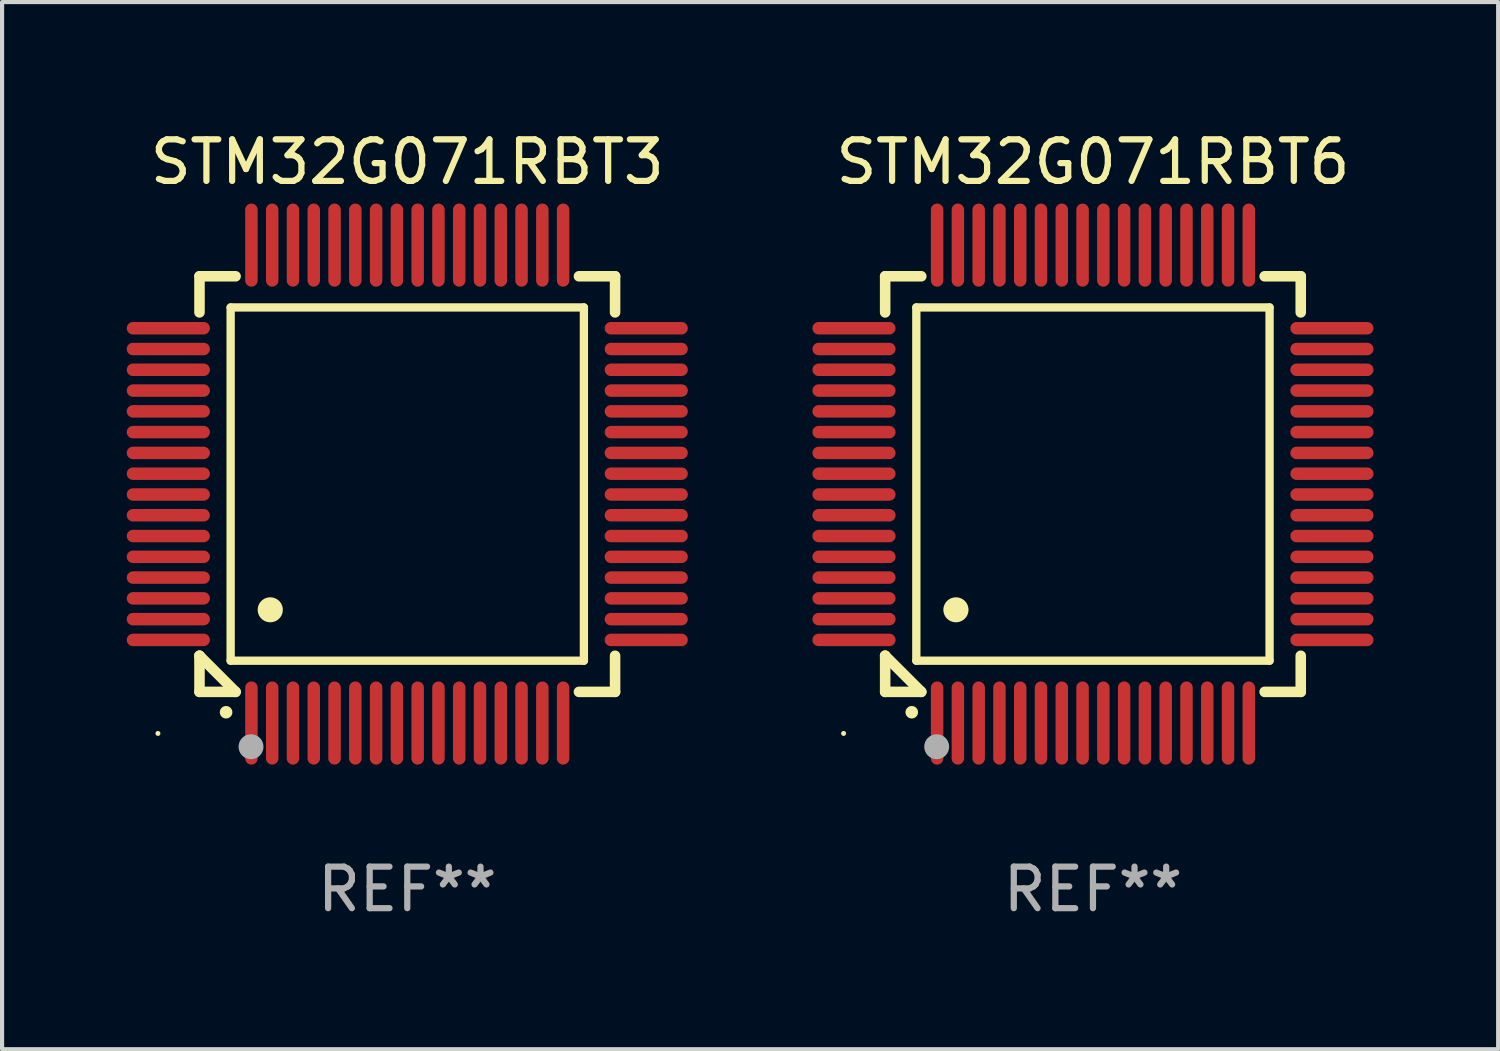
<source format=kicad_pcb>
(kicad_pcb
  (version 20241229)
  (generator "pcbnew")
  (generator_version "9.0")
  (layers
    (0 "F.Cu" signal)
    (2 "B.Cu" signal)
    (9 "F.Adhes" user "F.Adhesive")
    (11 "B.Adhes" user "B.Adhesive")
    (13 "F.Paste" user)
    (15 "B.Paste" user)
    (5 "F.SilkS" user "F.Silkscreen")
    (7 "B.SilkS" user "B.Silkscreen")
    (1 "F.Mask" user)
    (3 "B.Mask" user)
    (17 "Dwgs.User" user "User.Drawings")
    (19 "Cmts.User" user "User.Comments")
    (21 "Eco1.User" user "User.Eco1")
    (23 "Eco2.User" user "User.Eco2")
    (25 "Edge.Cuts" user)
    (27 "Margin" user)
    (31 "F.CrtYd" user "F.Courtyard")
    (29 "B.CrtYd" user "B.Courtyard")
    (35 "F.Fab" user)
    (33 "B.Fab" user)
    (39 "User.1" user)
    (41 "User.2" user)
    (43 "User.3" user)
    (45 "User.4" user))
  (footprint "STM32G071RBT3"
    (layer "F.Cu")
    (at 6.75 8.598)
    (property "Reference" "STM32G071RBT3" (at 0 -7.75 0) (layer "F.SilkS") (effects (font (size 1 1) (thickness 0.15))))
    (attr through_hole)
    (fp_line (start -5 -5) (end -4.131 -5) (stroke (width 0.254) (type solid)) (layer "F.SilkS"))
    (fp_line (start -5 -4.131) (end -5 -5) (stroke (width 0.254) (type solid)) (layer "F.SilkS"))
    (fp_line (start -5 4.131) (end -5 4.131) (stroke (width 0.254) (type solid)) (layer "F.SilkS"))
    (fp_line (start -5 5) (end -5 4.131) (stroke (width 0.254) (type solid)) (layer "F.SilkS"))
    (fp_line (start -5 4.131) (end -4.131 5) (stroke (width 0.254) (type solid)) (layer "F.SilkS"))
    (fp_line (start -4.25 -4.25) (end -4.25 4.25) (stroke (width 0.2) (type solid)) (layer "F.SilkS"))
    (fp_line (start -4.25 4.25) (end 4.25 4.25) (stroke (width 0.2) (type solid)) (layer "F.SilkS"))
    (fp_line (start -4.131 5) (end -5 5) (stroke (width 0.254) (type solid)) (layer "F.SilkS"))
    (fp_line (start 4.25 -4.25) (end -4.25 -4.25) (stroke (width 0.2) (type solid)) (layer "F.SilkS"))
    (fp_line (start 4.25 4.25) (end 4.25 -4.25) (stroke (width 0.2) (type solid)) (layer "F.SilkS"))
    (fp_line (start 5 -5) (end 4.131 -5) (stroke (width 0.254) (type solid)) (layer "F.SilkS"))
    (fp_line (start 5 -5) (end 5 -4.131) (stroke (width 0.254) (type solid)) (layer "F.SilkS"))
    (fp_line (start 5 4.131) (end 5 5) (stroke (width 0.254) (type solid)) (layer "F.SilkS"))
    (fp_line (start 5 5) (end 4.131 5) (stroke (width 0.254) (type solid)) (layer "F.SilkS"))
    (fp_arc (start -4.361265 5.489992) (mid -4.359995 5.489987) (end -4.358725 5.489992) (stroke (width 0.3) (type solid)) (layer "F.SilkS"))
    (fp_arc (start -3.299467 3.025146) (mid -3.296927 3.025135) (end -3.294387 3.025146) (stroke (width 0.6) (type solid)) (layer "F.SilkS"))
    (fp_circle (center -6 6) (end -5.97 6) (stroke (width 0.06) (type solid)) (fill no) (layer "F.SilkS"))
    (fp_circle (center -3.76 6.32) (end -3.61 6.32) (stroke (width 0.3) (type solid)) (fill no) (layer "F.Fab"))
    (fp_text user "REF**" (at 0 9.75 0) (layer "F.Fab") (effects (font (size 1 1) (thickness 0.15))))
    (pad "1" smd oval (at -3.75 5.75) (size 0.3 2) (layers "F.Cu" "F.Mask" "F.Paste"))
    (pad "2" smd oval (at -3.25 5.75) (size 0.3 2) (layers "F.Cu" "F.Mask" "F.Paste"))
    (pad "3" smd oval (at -2.75 5.75) (size 0.3 2) (layers "F.Cu" "F.Mask" "F.Paste"))
    (pad "4" smd oval (at -2.25 5.75) (size 0.3 2) (layers "F.Cu" "F.Mask" "F.Paste"))
    (pad "5" smd oval (at -1.75 5.75) (size 0.3 2) (layers "F.Cu" "F.Mask" "F.Paste"))
    (pad "6" smd oval (at -1.25 5.75) (size 0.3 2) (layers "F.Cu" "F.Mask" "F.Paste"))
    (pad "7" smd oval (at -0.75 5.75) (size 0.3 2) (layers "F.Cu" "F.Mask" "F.Paste"))
    (pad "8" smd oval (at -0.25 5.75) (size 0.3 2) (layers "F.Cu" "F.Mask" "F.Paste"))
    (pad "9" smd oval (at 0.25 5.75) (size 0.3 2) (layers "F.Cu" "F.Mask" "F.Paste"))
    (pad "10" smd oval (at 0.75 5.75) (size 0.3 2) (layers "F.Cu" "F.Mask" "F.Paste"))
    (pad "11" smd oval (at 1.25 5.75) (size 0.3 2) (layers "F.Cu" "F.Mask" "F.Paste"))
    (pad "12" smd oval (at 1.75 5.75) (size 0.3 2) (layers "F.Cu" "F.Mask" "F.Paste"))
    (pad "13" smd oval (at 2.25 5.75) (size 0.3 2) (layers "F.Cu" "F.Mask" "F.Paste"))
    (pad "14" smd oval (at 2.75 5.75) (size 0.3 2) (layers "F.Cu" "F.Mask" "F.Paste"))
    (pad "15" smd oval (at 3.25 5.75) (size 0.3 2) (layers "F.Cu" "F.Mask" "F.Paste"))
    (pad "16" smd oval (at 3.75 5.75) (size 0.3 2) (layers "F.Cu" "F.Mask" "F.Paste"))
    (pad "17" smd oval (at 5.75 3.75) (size 2 0.3) (layers "F.Cu" "F.Mask" "F.Paste"))
    (pad "18" smd oval (at 5.75 3.25) (size 2 0.3) (layers "F.Cu" "F.Mask" "F.Paste"))
    (pad "19" smd oval (at 5.75 2.75) (size 2 0.3) (layers "F.Cu" "F.Mask" "F.Paste"))
    (pad "20" smd oval (at 5.75 2.25) (size 2 0.3) (layers "F.Cu" "F.Mask" "F.Paste"))
    (pad "21" smd oval (at 5.75 1.75) (size 2 0.3) (layers "F.Cu" "F.Mask" "F.Paste"))
    (pad "22" smd oval (at 5.75 1.25) (size 2 0.3) (layers "F.Cu" "F.Mask" "F.Paste"))
    (pad "23" smd oval (at 5.75 0.75) (size 2 0.3) (layers "F.Cu" "F.Mask" "F.Paste"))
    (pad "24" smd oval (at 5.75 0.25) (size 2 0.3) (layers "F.Cu" "F.Mask" "F.Paste"))
    (pad "25" smd oval (at 5.75 -0.25) (size 2 0.3) (layers "F.Cu" "F.Mask" "F.Paste"))
    (pad "26" smd oval (at 5.75 -0.75) (size 2 0.3) (layers "F.Cu" "F.Mask" "F.Paste"))
    (pad "27" smd oval (at 5.75 -1.25) (size 2 0.3) (layers "F.Cu" "F.Mask" "F.Paste"))
    (pad "28" smd oval (at 5.75 -1.75) (size 2 0.3) (layers "F.Cu" "F.Mask" "F.Paste"))
    (pad "29" smd oval (at 5.75 -2.25) (size 2 0.3) (layers "F.Cu" "F.Mask" "F.Paste"))
    (pad "30" smd oval (at 5.75 -2.75) (size 2 0.3) (layers "F.Cu" "F.Mask" "F.Paste"))
    (pad "31" smd oval (at 5.75 -3.25) (size 2 0.3) (layers "F.Cu" "F.Mask" "F.Paste"))
    (pad "32" smd oval (at 5.75 -3.75) (size 2 0.3) (layers "F.Cu" "F.Mask" "F.Paste"))
    (pad "33" smd oval (at 3.75 -5.75) (size 0.3 2) (layers "F.Cu" "F.Mask" "F.Paste"))
    (pad "34" smd oval (at 3.25 -5.75) (size 0.3 2) (layers "F.Cu" "F.Mask" "F.Paste"))
    (pad "35" smd oval (at 2.75 -5.75) (size 0.3 2) (layers "F.Cu" "F.Mask" "F.Paste"))
    (pad "36" smd oval (at 2.25 -5.75) (size 0.3 2) (layers "F.Cu" "F.Mask" "F.Paste"))
    (pad "37" smd oval (at 1.75 -5.75) (size 0.3 2) (layers "F.Cu" "F.Mask" "F.Paste"))
    (pad "38" smd oval (at 1.25 -5.75) (size 0.3 2) (layers "F.Cu" "F.Mask" "F.Paste"))
    (pad "39" smd oval (at 0.75 -5.75) (size 0.3 2) (layers "F.Cu" "F.Mask" "F.Paste"))
    (pad "40" smd oval (at 0.25 -5.75) (size 0.3 2) (layers "F.Cu" "F.Mask" "F.Paste"))
    (pad "41" smd oval (at -0.25 -5.75) (size 0.3 2) (layers "F.Cu" "F.Mask" "F.Paste"))
    (pad "42" smd oval (at -0.75 -5.75) (size 0.3 2) (layers "F.Cu" "F.Mask" "F.Paste"))
    (pad "43" smd oval (at -1.25 -5.75) (size 0.3 2) (layers "F.Cu" "F.Mask" "F.Paste"))
    (pad "44" smd oval (at -1.75 -5.75) (size 0.3 2) (layers "F.Cu" "F.Mask" "F.Paste"))
    (pad "45" smd oval (at -2.25 -5.75) (size 0.3 2) (layers "F.Cu" "F.Mask" "F.Paste"))
    (pad "46" smd oval (at -2.75 -5.75) (size 0.3 2) (layers "F.Cu" "F.Mask" "F.Paste"))
    (pad "47" smd oval (at -3.25 -5.75) (size 0.3 2) (layers "F.Cu" "F.Mask" "F.Paste"))
    (pad "48" smd oval (at -3.75 -5.75) (size 0.3 2) (layers "F.Cu" "F.Mask" "F.Paste"))
    (pad "49" smd oval (at -5.75 -3.75) (size 2 0.3) (layers "F.Cu" "F.Mask" "F.Paste"))
    (pad "50" smd oval (at -5.75 -3.25) (size 2 0.3) (layers "F.Cu" "F.Mask" "F.Paste"))
    (pad "51" smd oval (at -5.75 -2.75) (size 2 0.3) (layers "F.Cu" "F.Mask" "F.Paste"))
    (pad "52" smd oval (at -5.75 -2.25) (size 2 0.3) (layers "F.Cu" "F.Mask" "F.Paste"))
    (pad "53" smd oval (at -5.75 -1.75) (size 2 0.3) (layers "F.Cu" "F.Mask" "F.Paste"))
    (pad "54" smd oval (at -5.75 -1.25) (size 2 0.3) (layers "F.Cu" "F.Mask" "F.Paste"))
    (pad "55" smd oval (at -5.75 -0.75) (size 2 0.3) (layers "F.Cu" "F.Mask" "F.Paste"))
    (pad "56" smd oval (at -5.75 -0.25) (size 2 0.3) (layers "F.Cu" "F.Mask" "F.Paste"))
    (pad "57" smd oval (at -5.75 0.25) (size 2 0.3) (layers "F.Cu" "F.Mask" "F.Paste"))
    (pad "58" smd oval (at -5.75 0.75) (size 2 0.3) (layers "F.Cu" "F.Mask" "F.Paste"))
    (pad "59" smd oval (at -5.75 1.25) (size 2 0.3) (layers "F.Cu" "F.Mask" "F.Paste"))
    (pad "60" smd oval (at -5.75 1.75) (size 2 0.3) (layers "F.Cu" "F.Mask" "F.Paste"))
    (pad "61" smd oval (at -5.75 2.25) (size 2 0.3) (layers "F.Cu" "F.Mask" "F.Paste"))
    (pad "62" smd oval (at -5.75 2.75) (size 2 0.3) (layers "F.Cu" "F.Mask" "F.Paste"))
    (pad "63" smd oval (at -5.75 3.25) (size 2 0.3) (layers "F.Cu" "F.Mask" "F.Paste"))
    (pad "64" smd oval (at -5.75 3.75) (size 2 0.3) (layers "F.Cu" "F.Mask" "F.Paste")))
  (footprint "STM32G071RBT6"
    (layer "F.Cu")
    (at 23.249 8.598)
    (property "Reference" "STM32G071RBT6" (at 0 -7.75 0) (layer "F.SilkS") (effects (font (size 1 1) (thickness 0.15))))
    (attr through_hole)
    (fp_line (start -5 -5) (end -4.131 -5) (stroke (width 0.254) (type solid)) (layer "F.SilkS"))
    (fp_line (start -5 -4.131) (end -5 -5) (stroke (width 0.254) (type solid)) (layer "F.SilkS"))
    (fp_line (start -5 4.131) (end -5 4.131) (stroke (width 0.254) (type solid)) (layer "F.SilkS"))
    (fp_line (start -5 5) (end -5 4.131) (stroke (width 0.254) (type solid)) (layer "F.SilkS"))
    (fp_line (start -5 4.131) (end -4.131 5) (stroke (width 0.254) (type solid)) (layer "F.SilkS"))
    (fp_line (start -4.25 -4.25) (end -4.25 4.25) (stroke (width 0.2) (type solid)) (layer "F.SilkS"))
    (fp_line (start -4.25 4.25) (end 4.25 4.25) (stroke (width 0.2) (type solid)) (layer "F.SilkS"))
    (fp_line (start -4.131 5) (end -5 5) (stroke (width 0.254) (type solid)) (layer "F.SilkS"))
    (fp_line (start 4.25 -4.25) (end -4.25 -4.25) (stroke (width 0.2) (type solid)) (layer "F.SilkS"))
    (fp_line (start 4.25 4.25) (end 4.25 -4.25) (stroke (width 0.2) (type solid)) (layer "F.SilkS"))
    (fp_line (start 5 -5) (end 4.131 -5) (stroke (width 0.254) (type solid)) (layer "F.SilkS"))
    (fp_line (start 5 -5) (end 5 -4.131) (stroke (width 0.254) (type solid)) (layer "F.SilkS"))
    (fp_line (start 5 4.131) (end 5 5) (stroke (width 0.254) (type solid)) (layer "F.SilkS"))
    (fp_line (start 5 5) (end 4.131 5) (stroke (width 0.254) (type solid)) (layer "F.SilkS"))
    (fp_arc (start -4.361265 5.489992) (mid -4.359995 5.489987) (end -4.358725 5.489992) (stroke (width 0.3) (type solid)) (layer "F.SilkS"))
    (fp_arc (start -3.299467 3.025146) (mid -3.296927 3.025135) (end -3.294387 3.025146) (stroke (width 0.6) (type solid)) (layer "F.SilkS"))
    (fp_circle (center -6 6) (end -5.97 6) (stroke (width 0.06) (type solid)) (fill no) (layer "F.SilkS"))
    (fp_circle (center -3.76 6.32) (end -3.61 6.32) (stroke (width 0.3) (type solid)) (fill no) (layer "F.Fab"))
    (fp_text user "REF**" (at 0 9.75 0) (layer "F.Fab") (effects (font (size 1 1) (thickness 0.15))))
    (pad "1" smd oval (at -3.75 5.75) (size 0.3 2) (layers "F.Cu" "F.Mask" "F.Paste"))
    (pad "2" smd oval (at -3.25 5.75) (size 0.3 2) (layers "F.Cu" "F.Mask" "F.Paste"))
    (pad "3" smd oval (at -2.75 5.75) (size 0.3 2) (layers "F.Cu" "F.Mask" "F.Paste"))
    (pad "4" smd oval (at -2.25 5.75) (size 0.3 2) (layers "F.Cu" "F.Mask" "F.Paste"))
    (pad "5" smd oval (at -1.75 5.75) (size 0.3 2) (layers "F.Cu" "F.Mask" "F.Paste"))
    (pad "6" smd oval (at -1.25 5.75) (size 0.3 2) (layers "F.Cu" "F.Mask" "F.Paste"))
    (pad "7" smd oval (at -0.75 5.75) (size 0.3 2) (layers "F.Cu" "F.Mask" "F.Paste"))
    (pad "8" smd oval (at -0.25 5.75) (size 0.3 2) (layers "F.Cu" "F.Mask" "F.Paste"))
    (pad "9" smd oval (at 0.25 5.75) (size 0.3 2) (layers "F.Cu" "F.Mask" "F.Paste"))
    (pad "10" smd oval (at 0.75 5.75) (size 0.3 2) (layers "F.Cu" "F.Mask" "F.Paste"))
    (pad "11" smd oval (at 1.25 5.75) (size 0.3 2) (layers "F.Cu" "F.Mask" "F.Paste"))
    (pad "12" smd oval (at 1.75 5.75) (size 0.3 2) (layers "F.Cu" "F.Mask" "F.Paste"))
    (pad "13" smd oval (at 2.25 5.75) (size 0.3 2) (layers "F.Cu" "F.Mask" "F.Paste"))
    (pad "14" smd oval (at 2.75 5.75) (size 0.3 2) (layers "F.Cu" "F.Mask" "F.Paste"))
    (pad "15" smd oval (at 3.25 5.75) (size 0.3 2) (layers "F.Cu" "F.Mask" "F.Paste"))
    (pad "16" smd oval (at 3.75 5.75) (size 0.3 2) (layers "F.Cu" "F.Mask" "F.Paste"))
    (pad "17" smd oval (at 5.75 3.75) (size 2 0.3) (layers "F.Cu" "F.Mask" "F.Paste"))
    (pad "18" smd oval (at 5.75 3.25) (size 2 0.3) (layers "F.Cu" "F.Mask" "F.Paste"))
    (pad "19" smd oval (at 5.75 2.75) (size 2 0.3) (layers "F.Cu" "F.Mask" "F.Paste"))
    (pad "20" smd oval (at 5.75 2.25) (size 2 0.3) (layers "F.Cu" "F.Mask" "F.Paste"))
    (pad "21" smd oval (at 5.75 1.75) (size 2 0.3) (layers "F.Cu" "F.Mask" "F.Paste"))
    (pad "22" smd oval (at 5.75 1.25) (size 2 0.3) (layers "F.Cu" "F.Mask" "F.Paste"))
    (pad "23" smd oval (at 5.75 0.75) (size 2 0.3) (layers "F.Cu" "F.Mask" "F.Paste"))
    (pad "24" smd oval (at 5.75 0.25) (size 2 0.3) (layers "F.Cu" "F.Mask" "F.Paste"))
    (pad "25" smd oval (at 5.75 -0.25) (size 2 0.3) (layers "F.Cu" "F.Mask" "F.Paste"))
    (pad "26" smd oval (at 5.75 -0.75) (size 2 0.3) (layers "F.Cu" "F.Mask" "F.Paste"))
    (pad "27" smd oval (at 5.75 -1.25) (size 2 0.3) (layers "F.Cu" "F.Mask" "F.Paste"))
    (pad "28" smd oval (at 5.75 -1.75) (size 2 0.3) (layers "F.Cu" "F.Mask" "F.Paste"))
    (pad "29" smd oval (at 5.75 -2.25) (size 2 0.3) (layers "F.Cu" "F.Mask" "F.Paste"))
    (pad "30" smd oval (at 5.75 -2.75) (size 2 0.3) (layers "F.Cu" "F.Mask" "F.Paste"))
    (pad "31" smd oval (at 5.75 -3.25) (size 2 0.3) (layers "F.Cu" "F.Mask" "F.Paste"))
    (pad "32" smd oval (at 5.75 -3.75) (size 2 0.3) (layers "F.Cu" "F.Mask" "F.Paste"))
    (pad "33" smd oval (at 3.75 -5.75) (size 0.3 2) (layers "F.Cu" "F.Mask" "F.Paste"))
    (pad "34" smd oval (at 3.25 -5.75) (size 0.3 2) (layers "F.Cu" "F.Mask" "F.Paste"))
    (pad "35" smd oval (at 2.75 -5.75) (size 0.3 2) (layers "F.Cu" "F.Mask" "F.Paste"))
    (pad "36" smd oval (at 2.25 -5.75) (size 0.3 2) (layers "F.Cu" "F.Mask" "F.Paste"))
    (pad "37" smd oval (at 1.75 -5.75) (size 0.3 2) (layers "F.Cu" "F.Mask" "F.Paste"))
    (pad "38" smd oval (at 1.25 -5.75) (size 0.3 2) (layers "F.Cu" "F.Mask" "F.Paste"))
    (pad "39" smd oval (at 0.75 -5.75) (size 0.3 2) (layers "F.Cu" "F.Mask" "F.Paste"))
    (pad "40" smd oval (at 0.25 -5.75) (size 0.3 2) (layers "F.Cu" "F.Mask" "F.Paste"))
    (pad "41" smd oval (at -0.25 -5.75) (size 0.3 2) (layers "F.Cu" "F.Mask" "F.Paste"))
    (pad "42" smd oval (at -0.75 -5.75) (size 0.3 2) (layers "F.Cu" "F.Mask" "F.Paste"))
    (pad "43" smd oval (at -1.25 -5.75) (size 0.3 2) (layers "F.Cu" "F.Mask" "F.Paste"))
    (pad "44" smd oval (at -1.75 -5.75) (size 0.3 2) (layers "F.Cu" "F.Mask" "F.Paste"))
    (pad "45" smd oval (at -2.25 -5.75) (size 0.3 2) (layers "F.Cu" "F.Mask" "F.Paste"))
    (pad "46" smd oval (at -2.75 -5.75) (size 0.3 2) (layers "F.Cu" "F.Mask" "F.Paste"))
    (pad "47" smd oval (at -3.25 -5.75) (size 0.3 2) (layers "F.Cu" "F.Mask" "F.Paste"))
    (pad "48" smd oval (at -3.75 -5.75) (size 0.3 2) (layers "F.Cu" "F.Mask" "F.Paste"))
    (pad "49" smd oval (at -5.75 -3.75) (size 2 0.3) (layers "F.Cu" "F.Mask" "F.Paste"))
    (pad "50" smd oval (at -5.75 -3.25) (size 2 0.3) (layers "F.Cu" "F.Mask" "F.Paste"))
    (pad "51" smd oval (at -5.75 -2.75) (size 2 0.3) (layers "F.Cu" "F.Mask" "F.Paste"))
    (pad "52" smd oval (at -5.75 -2.25) (size 2 0.3) (layers "F.Cu" "F.Mask" "F.Paste"))
    (pad "53" smd oval (at -5.75 -1.75) (size 2 0.3) (layers "F.Cu" "F.Mask" "F.Paste"))
    (pad "54" smd oval (at -5.75 -1.25) (size 2 0.3) (layers "F.Cu" "F.Mask" "F.Paste"))
    (pad "55" smd oval (at -5.75 -0.75) (size 2 0.3) (layers "F.Cu" "F.Mask" "F.Paste"))
    (pad "56" smd oval (at -5.75 -0.25) (size 2 0.3) (layers "F.Cu" "F.Mask" "F.Paste"))
    (pad "57" smd oval (at -5.75 0.25) (size 2 0.3) (layers "F.Cu" "F.Mask" "F.Paste"))
    (pad "58" smd oval (at -5.75 0.75) (size 2 0.3) (layers "F.Cu" "F.Mask" "F.Paste"))
    (pad "59" smd oval (at -5.75 1.25) (size 2 0.3) (layers "F.Cu" "F.Mask" "F.Paste"))
    (pad "60" smd oval (at -5.75 1.75) (size 2 0.3) (layers "F.Cu" "F.Mask" "F.Paste"))
    (pad "61" smd oval (at -5.75 2.25) (size 2 0.3) (layers "F.Cu" "F.Mask" "F.Paste"))
    (pad "62" smd oval (at -5.75 2.75) (size 2 0.3) (layers "F.Cu" "F.Mask" "F.Paste"))
    (pad "63" smd oval (at -5.75 3.25) (size 2 0.3) (layers "F.Cu" "F.Mask" "F.Paste"))
    (pad "64" smd oval (at -5.75 3.75) (size 2 0.3) (layers "F.Cu" "F.Mask" "F.Paste")))
  (gr_rect
    (start -3 -3)
    (end 32.999 22.196)
    (stroke (width 0.1) (type default))
    (fill no)
    (layer "Edge.Cuts")))
</source>
